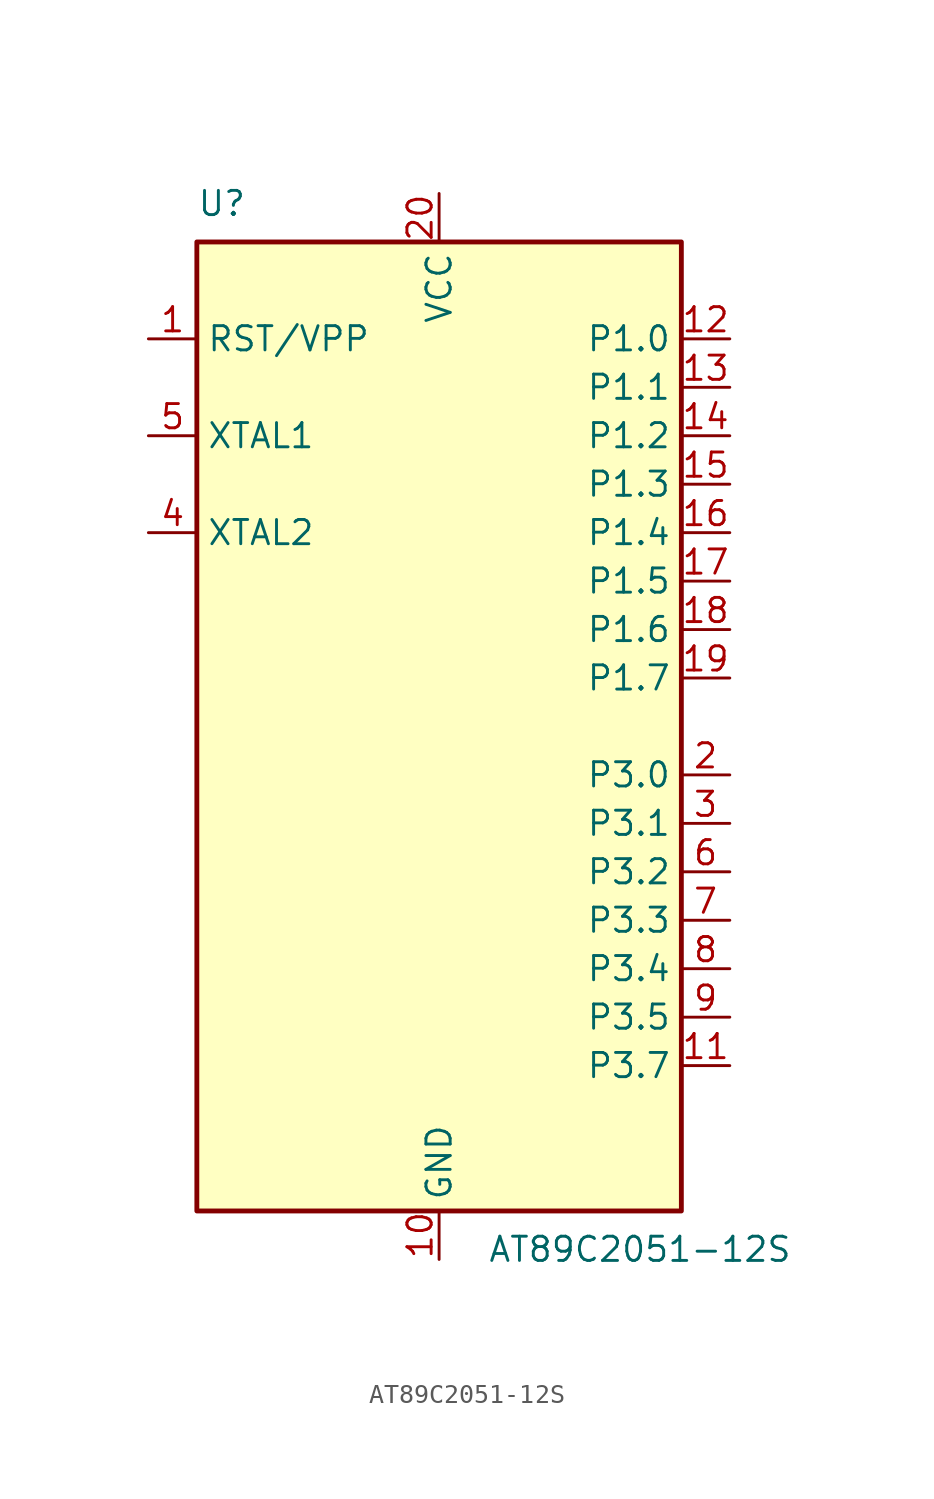
<source format=kicad_sym>
(kicad_symbol_lib
  (version 20211014)
  (generator kicad_symbol_editor)
  (symbol "AT89C2051-12S"
    (property "Reference" "U"
      (at -12.7 26.67 0)
      (effects (font (size 1.27 1.27)) (justify left bottom)))
    (property "Value" "AT89C2051-12S"
      (at 2.54 -26.67 0)
      (effects (font (size 1.27 1.27)) (justify left top)))
    (symbol "AT89C2051-12S_0_1"
      (rectangle (start -12.7 -25.4) (end 12.7 25.4) (stroke (width 0.254) (type default) (color 0 0 0 0)) (fill (type background))))
    (symbol "AT89C2051-12S_1_1"
      (pin input line (at -15.24 20.32 0) (length 2.54) (name "RST/VPP" (effects (font (size 1.27 1.27)))) (number "1" (effects (font (size 1.27 1.27)))))
      (pin power_in line (at 0 -27.94 90) (length 2.54) (name "GND" (effects (font (size 1.27 1.27)))) (number "10" (effects (font (size 1.27 1.27)))))
      (pin bidirectional line (at 15.24 -17.78 180) (length 2.54) (name "P3.7" (effects (font (size 1.27 1.27)))) (number "11" (effects (font (size 1.27 1.27)))))
      (pin bidirectional line (at 15.24 20.32 180) (length 2.54) (name "P1.0" (effects (font (size 1.27 1.27)))) (number "12" (effects (font (size 1.27 1.27)))))
      (pin bidirectional line (at 15.24 17.78 180) (length 2.54) (name "P1.1" (effects (font (size 1.27 1.27)))) (number "13" (effects (font (size 1.27 1.27)))))
      (pin bidirectional line (at 15.24 15.24 180) (length 2.54) (name "P1.2" (effects (font (size 1.27 1.27)))) (number "14" (effects (font (size 1.27 1.27)))))
      (pin bidirectional line (at 15.24 12.7 180) (length 2.54) (name "P1.3" (effects (font (size 1.27 1.27)))) (number "15" (effects (font (size 1.27 1.27)))))
      (pin bidirectional line (at 15.24 10.16 180) (length 2.54) (name "P1.4" (effects (font (size 1.27 1.27)))) (number "16" (effects (font (size 1.27 1.27)))))
      (pin bidirectional line (at 15.24 7.62 180) (length 2.54) (name "P1.5" (effects (font (size 1.27 1.27)))) (number "17" (effects (font (size 1.27 1.27)))))
      (pin bidirectional line (at 15.24 5.08 180) (length 2.54) (name "P1.6" (effects (font (size 1.27 1.27)))) (number "18" (effects (font (size 1.27 1.27)))))
      (pin bidirectional line (at 15.24 2.54 180) (length 2.54) (name "P1.7" (effects (font (size 1.27 1.27)))) (number "19" (effects (font (size 1.27 1.27)))))
      (pin bidirectional line (at 15.24 -2.54 180) (length 2.54) (name "P3.0" (effects (font (size 1.27 1.27)))) (number "2" (effects (font (size 1.27 1.27)))))
      (pin power_in line (at 0 27.94 270) (length 2.54) (name "VCC" (effects (font (size 1.27 1.27)))) (number "20" (effects (font (size 1.27 1.27)))))
      (pin bidirectional line (at 15.24 -5.08 180) (length 2.54) (name "P3.1" (effects (font (size 1.27 1.27)))) (number "3" (effects (font (size 1.27 1.27)))))
      (pin output line (at -15.24 10.16 0) (length 2.54) (name "XTAL2" (effects (font (size 1.27 1.27)))) (number "4" (effects (font (size 1.27 1.27)))))
      (pin input line (at -15.24 15.24 0) (length 2.54) (name "XTAL1" (effects (font (size 1.27 1.27)))) (number "5" (effects (font (size 1.27 1.27)))))
      (pin bidirectional line (at 15.24 -7.62 180) (length 2.54) (name "P3.2" (effects (font (size 1.27 1.27)))) (number "6" (effects (font (size 1.27 1.27)))))
      (pin bidirectional line (at 15.24 -10.16 180) (length 2.54) (name "P3.3" (effects (font (size 1.27 1.27)))) (number "7" (effects (font (size 1.27 1.27)))))
      (pin bidirectional line (at 15.24 -12.7 180) (length 2.54) (name "P3.4" (effects (font (size 1.27 1.27)))) (number "8" (effects (font (size 1.27 1.27)))))
      (pin bidirectional line (at 15.24 -15.24 180) (length 2.54) (name "P3.5" (effects (font (size 1.27 1.27)))) (number "9" (effects (font (size 1.27 1.27))))))))
</source>
